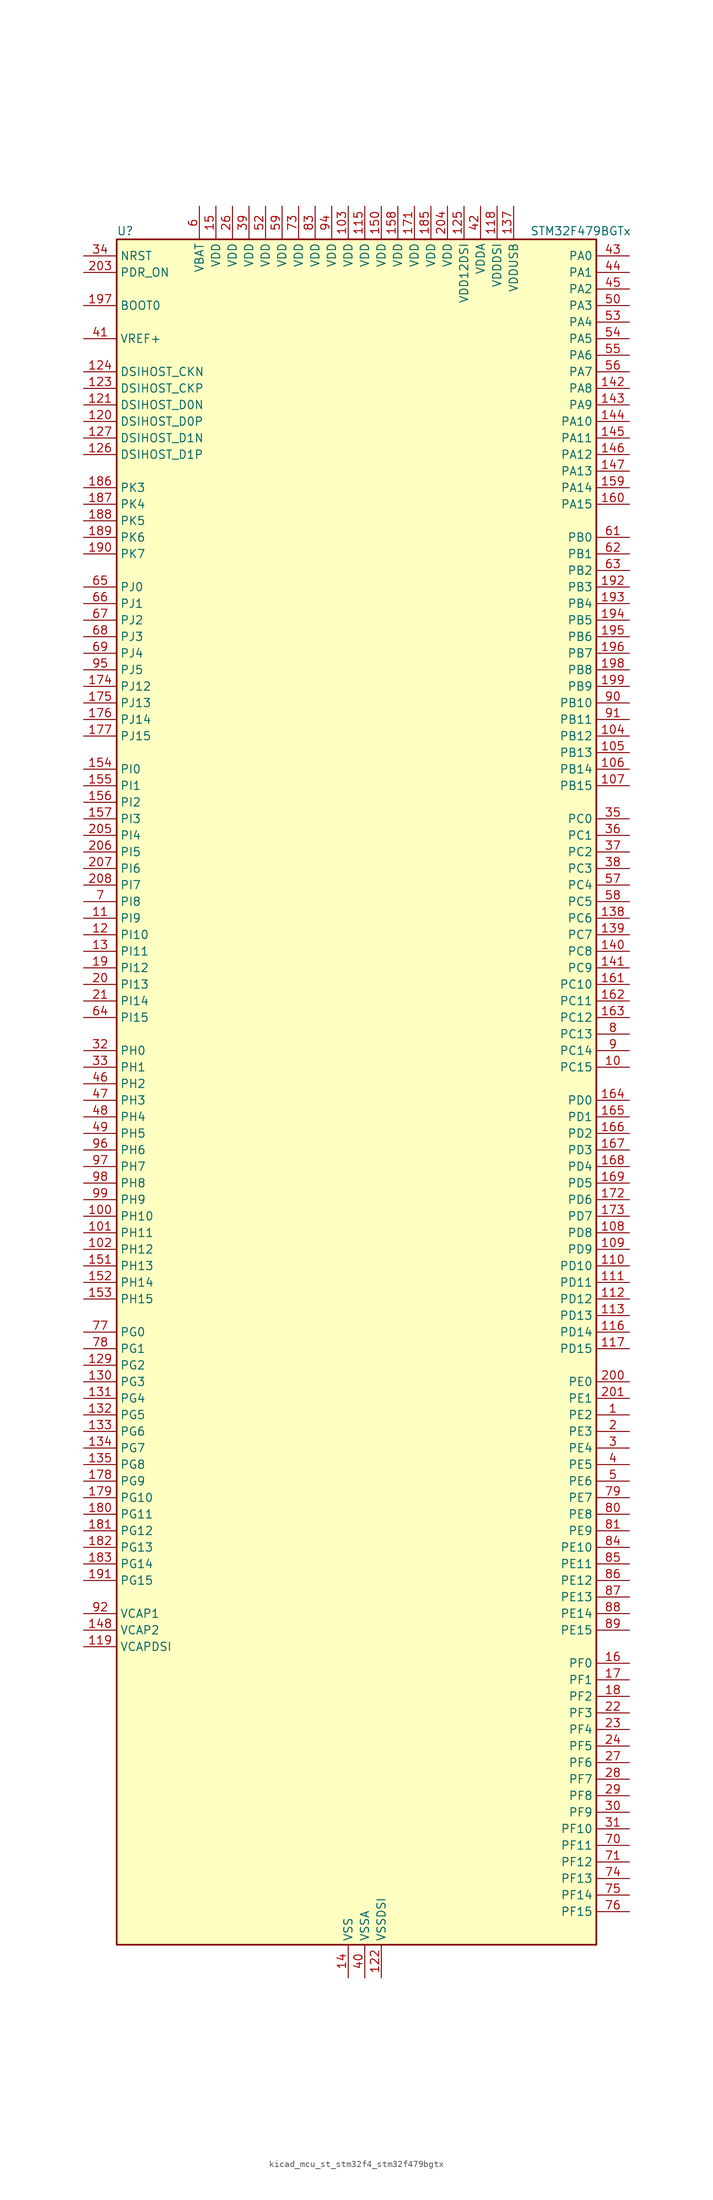
<source format=kicad_sym>
(kicad_symbol_lib
  (version 20220914)
  (generator kicad_symbol_editor)
  (symbol "kicad_mcu_st_stm32f4_stm32f479bgtx"
    (property "Reference" "U"
      (at -35.56 133.35 0)
      (effects (font (size 1.27 1.27)) (justify left)))
    (property "Value" "STM32F479BGTx"
      (at 27.94 133.35 0)
      (effects (font (size 1.27 1.27)) (justify left)))
    (property "ki_locked" ""
      (at 0 0 0)
      (effects (font (size 1.27 1.27))))
    (symbol "kicad_mcu_st_stm32f4_stm32f479bgtx_0_1"
      (rectangle (start -35.56 -129.54) (end 38.1 132.08) (stroke (width 0.254) (type default)) (fill (type background))))
    (symbol "kicad_mcu_st_stm32f4_stm32f479bgtx_1_1"
      (pin bidirectional line (at 43.18 -48.26 180) (length 5.08) (name "PE2" (effects (font (size 1.27 1.27)))) (number "1" (effects (font (size 1.27 1.27)))) (alternate "ETH_TXD3" bidirectional line) (alternate "FMC_A23" bidirectional line) (alternate "QUADSPI_BK1_IO2" bidirectional line) (alternate "SAI1_MCLK_A" bidirectional line) (alternate "SPI4_SCK" bidirectional line) (alternate "SYS_TRACECLK" bidirectional line))
      (pin bidirectional line (at 43.18 5.08 180) (length 5.08) (name "PC15" (effects (font (size 1.27 1.27)))) (number "10" (effects (font (size 1.27 1.27)))) (alternate "ADC1_EXTI15" bidirectional line) (alternate "ADC2_EXTI15" bidirectional line) (alternate "ADC3_EXTI15" bidirectional line) (alternate "RCC_OSC32_OUT" bidirectional line))
      (pin bidirectional line (at -40.64 -17.78 0) (length 5.08) (name "PH10" (effects (font (size 1.27 1.27)))) (number "100" (effects (font (size 1.27 1.27)))) (alternate "DCMI_D1" bidirectional line) (alternate "FMC_D18" bidirectional line) (alternate "LTDC_R4" bidirectional line) (alternate "TIM5_CH1" bidirectional line))
      (pin bidirectional line (at -40.64 -20.32 0) (length 5.08) (name "PH11" (effects (font (size 1.27 1.27)))) (number "101" (effects (font (size 1.27 1.27)))) (alternate "ADC1_EXTI11" bidirectional line) (alternate "ADC2_EXTI11" bidirectional line) (alternate "ADC3_EXTI11" bidirectional line) (alternate "DCMI_D2" bidirectional line) (alternate "FMC_D19" bidirectional line) (alternate "LTDC_R5" bidirectional line) (alternate "TIM5_CH2" bidirectional line))
      (pin bidirectional line (at -40.64 -22.86 0) (length 5.08) (name "PH12" (effects (font (size 1.27 1.27)))) (number "102" (effects (font (size 1.27 1.27)))) (alternate "DCMI_D3" bidirectional line) (alternate "FMC_D20" bidirectional line) (alternate "LTDC_R6" bidirectional line) (alternate "TIM5_CH3" bidirectional line))
      (pin power_in line (at 0 137.16 270) (length 5.08) (name "VDD" (effects (font (size 1.27 1.27)))) (number "103" (effects (font (size 1.27 1.27)))))
      (pin bidirectional line (at 43.18 55.88 180) (length 5.08) (name "PB12" (effects (font (size 1.27 1.27)))) (number "104" (effects (font (size 1.27 1.27)))) (alternate "CAN2_RX" bidirectional line) (alternate "ETH_TXD0" bidirectional line) (alternate "I2C2_SMBA" bidirectional line) (alternate "I2S2_WS" bidirectional line) (alternate "SPI2_NSS" bidirectional line) (alternate "TIM1_BKIN" bidirectional line) (alternate "USART3_CK" bidirectional line) (alternate "USB_OTG_HS_ID" bidirectional line) (alternate "USB_OTG_HS_ULPI_D5" bidirectional line))
      (pin bidirectional line (at 43.18 53.34 180) (length 5.08) (name "PB13" (effects (font (size 1.27 1.27)))) (number "105" (effects (font (size 1.27 1.27)))) (alternate "CAN2_TX" bidirectional line) (alternate "ETH_TXD1" bidirectional line) (alternate "I2S2_CK" bidirectional line) (alternate "SPI2_SCK" bidirectional line) (alternate "TIM1_CH1N" bidirectional line) (alternate "USART3_CTS" bidirectional line) (alternate "USB_OTG_HS_ULPI_D6" bidirectional line) (alternate "USB_OTG_HS_VBUS" bidirectional line))
      (pin bidirectional line (at 43.18 50.8 180) (length 5.08) (name "PB14" (effects (font (size 1.27 1.27)))) (number "106" (effects (font (size 1.27 1.27)))) (alternate "I2S2_ext_SD" bidirectional line) (alternate "SPI2_MISO" bidirectional line) (alternate "TIM12_CH1" bidirectional line) (alternate "TIM1_CH2N" bidirectional line) (alternate "TIM8_CH2N" bidirectional line) (alternate "USART3_RTS" bidirectional line) (alternate "USB_OTG_HS_DM" bidirectional line))
      (pin bidirectional line (at 43.18 48.26 180) (length 5.08) (name "PB15" (effects (font (size 1.27 1.27)))) (number "107" (effects (font (size 1.27 1.27)))) (alternate "ADC1_EXTI15" bidirectional line) (alternate "ADC2_EXTI15" bidirectional line) (alternate "ADC3_EXTI15" bidirectional line) (alternate "I2S2_SD" bidirectional line) (alternate "RTC_REFIN" bidirectional line) (alternate "SPI2_MOSI" bidirectional line) (alternate "TIM12_CH2" bidirectional line) (alternate "TIM1_CH3N" bidirectional line) (alternate "TIM8_CH3N" bidirectional line) (alternate "USB_OTG_HS_DP" bidirectional line))
      (pin bidirectional line (at 43.18 -20.32 180) (length 5.08) (name "PD8" (effects (font (size 1.27 1.27)))) (number "108" (effects (font (size 1.27 1.27)))) (alternate "FMC_D13" bidirectional line) (alternate "FMC_DA13" bidirectional line) (alternate "USART3_TX" bidirectional line))
      (pin bidirectional line (at 43.18 -22.86 180) (length 5.08) (name "PD9" (effects (font (size 1.27 1.27)))) (number "109" (effects (font (size 1.27 1.27)))) (alternate "DAC_EXTI9" bidirectional line) (alternate "FMC_D14" bidirectional line) (alternate "FMC_DA14" bidirectional line) (alternate "USART3_RX" bidirectional line))
      (pin bidirectional line (at -40.64 27.94 0) (length 5.08) (name "PI9" (effects (font (size 1.27 1.27)))) (number "11" (effects (font (size 1.27 1.27)))) (alternate "CAN1_RX" bidirectional line) (alternate "DAC_EXTI9" bidirectional line) (alternate "FMC_D30" bidirectional line) (alternate "LTDC_VSYNC" bidirectional line))
      (pin bidirectional line (at 43.18 -25.4 180) (length 5.08) (name "PD10" (effects (font (size 1.27 1.27)))) (number "110" (effects (font (size 1.27 1.27)))) (alternate "FMC_D15" bidirectional line) (alternate "FMC_DA15" bidirectional line) (alternate "LTDC_B3" bidirectional line) (alternate "USART3_CK" bidirectional line))
      (pin bidirectional line (at 43.18 -27.94 180) (length 5.08) (name "PD11" (effects (font (size 1.27 1.27)))) (number "111" (effects (font (size 1.27 1.27)))) (alternate "ADC1_EXTI11" bidirectional line) (alternate "ADC2_EXTI11" bidirectional line) (alternate "ADC3_EXTI11" bidirectional line) (alternate "FMC_A16" bidirectional line) (alternate "FMC_CLE" bidirectional line) (alternate "QUADSPI_BK1_IO0" bidirectional line) (alternate "USART3_CTS" bidirectional line))
      (pin bidirectional line (at 43.18 -30.48 180) (length 5.08) (name "PD12" (effects (font (size 1.27 1.27)))) (number "112" (effects (font (size 1.27 1.27)))) (alternate "FMC_A17" bidirectional line) (alternate "FMC_ALE" bidirectional line) (alternate "QUADSPI_BK1_IO1" bidirectional line) (alternate "TIM4_CH1" bidirectional line) (alternate "USART3_RTS" bidirectional line))
      (pin bidirectional line (at 43.18 -33.02 180) (length 5.08) (name "PD13" (effects (font (size 1.27 1.27)))) (number "113" (effects (font (size 1.27 1.27)))) (alternate "FMC_A18" bidirectional line) (alternate "QUADSPI_BK1_IO3" bidirectional line) (alternate "TIM4_CH2" bidirectional line))
      (pin passive line (at 0 -134.62 90) (length 5.08) hide (name "VSS" (effects (font (size 1.27 1.27)))) (number "114" (effects (font (size 1.27 1.27)))))
      (pin power_in line (at 2.54 137.16 270) (length 5.08) (name "VDD" (effects (font (size 1.27 1.27)))) (number "115" (effects (font (size 1.27 1.27)))))
      (pin bidirectional line (at 43.18 -35.56 180) (length 5.08) (name "PD14" (effects (font (size 1.27 1.27)))) (number "116" (effects (font (size 1.27 1.27)))) (alternate "FMC_D0" bidirectional line) (alternate "FMC_DA0" bidirectional line) (alternate "TIM4_CH3" bidirectional line))
      (pin bidirectional line (at 43.18 -38.1 180) (length 5.08) (name "PD15" (effects (font (size 1.27 1.27)))) (number "117" (effects (font (size 1.27 1.27)))) (alternate "ADC1_EXTI15" bidirectional line) (alternate "ADC2_EXTI15" bidirectional line) (alternate "ADC3_EXTI15" bidirectional line) (alternate "FMC_D1" bidirectional line) (alternate "FMC_DA1" bidirectional line) (alternate "TIM4_CH4" bidirectional line))
      (pin power_in line (at 22.86 137.16 270) (length 5.08) (name "VDDDSI" (effects (font (size 1.27 1.27)))) (number "118" (effects (font (size 1.27 1.27)))))
      (pin power_out line (at -40.64 -83.82 0) (length 5.08) (name "VCAPDSI" (effects (font (size 1.27 1.27)))) (number "119" (effects (font (size 1.27 1.27)))))
      (pin bidirectional line (at -40.64 25.4 0) (length 5.08) (name "PI10" (effects (font (size 1.27 1.27)))) (number "12" (effects (font (size 1.27 1.27)))) (alternate "ETH_RX_ER" bidirectional line) (alternate "FMC_D31" bidirectional line) (alternate "LTDC_HSYNC" bidirectional line))
      (pin bidirectional line (at -40.64 104.14 0) (length 5.08) (name "DSIHOST_D0P" (effects (font (size 1.27 1.27)))) (number "120" (effects (font (size 1.27 1.27)))) (alternate "DSIHOST_D0P" bidirectional line))
      (pin bidirectional line (at -40.64 106.68 0) (length 5.08) (name "DSIHOST_D0N" (effects (font (size 1.27 1.27)))) (number "121" (effects (font (size 1.27 1.27)))) (alternate "DSIHOST_D0N" bidirectional line))
      (pin power_in line (at 5.08 -134.62 90) (length 5.08) (name "VSSDSI" (effects (font (size 1.27 1.27)))) (number "122" (effects (font (size 1.27 1.27)))))
      (pin bidirectional line (at -40.64 109.22 0) (length 5.08) (name "DSIHOST_CKP" (effects (font (size 1.27 1.27)))) (number "123" (effects (font (size 1.27 1.27)))) (alternate "DSIHOST_CKP" bidirectional line))
      (pin bidirectional line (at -40.64 111.76 0) (length 5.08) (name "DSIHOST_CKN" (effects (font (size 1.27 1.27)))) (number "124" (effects (font (size 1.27 1.27)))) (alternate "DSIHOST_CKN" bidirectional line))
      (pin power_in line (at 17.78 137.16 270) (length 5.08) (name "VDD12DSI" (effects (font (size 1.27 1.27)))) (number "125" (effects (font (size 1.27 1.27)))))
      (pin bidirectional line (at -40.64 99.06 0) (length 5.08) (name "DSIHOST_D1P" (effects (font (size 1.27 1.27)))) (number "126" (effects (font (size 1.27 1.27)))) (alternate "DSIHOST_D1P" bidirectional line))
      (pin bidirectional line (at -40.64 101.6 0) (length 5.08) (name "DSIHOST_D1N" (effects (font (size 1.27 1.27)))) (number "127" (effects (font (size 1.27 1.27)))) (alternate "DSIHOST_D1N" bidirectional line))
      (pin passive line (at 5.08 -134.62 90) (length 5.08) hide (name "VSSDSI" (effects (font (size 1.27 1.27)))) (number "128" (effects (font (size 1.27 1.27)))))
      (pin bidirectional line (at -40.64 -40.64 0) (length 5.08) (name "PG2" (effects (font (size 1.27 1.27)))) (number "129" (effects (font (size 1.27 1.27)))) (alternate "FMC_A12" bidirectional line))
      (pin bidirectional line (at -40.64 22.86 0) (length 5.08) (name "PI11" (effects (font (size 1.27 1.27)))) (number "13" (effects (font (size 1.27 1.27)))) (alternate "ADC1_EXTI11" bidirectional line) (alternate "ADC2_EXTI11" bidirectional line) (alternate "ADC3_EXTI11" bidirectional line) (alternate "LTDC_G6" bidirectional line) (alternate "USB_OTG_HS_ULPI_DIR" bidirectional line))
      (pin bidirectional line (at -40.64 -43.18 0) (length 5.08) (name "PG3" (effects (font (size 1.27 1.27)))) (number "130" (effects (font (size 1.27 1.27)))) (alternate "FMC_A13" bidirectional line))
      (pin bidirectional line (at -40.64 -45.72 0) (length 5.08) (name "PG4" (effects (font (size 1.27 1.27)))) (number "131" (effects (font (size 1.27 1.27)))) (alternate "FMC_A14" bidirectional line) (alternate "FMC_BA0" bidirectional line))
      (pin bidirectional line (at -40.64 -48.26 0) (length 5.08) (name "PG5" (effects (font (size 1.27 1.27)))) (number "132" (effects (font (size 1.27 1.27)))) (alternate "FMC_A15" bidirectional line) (alternate "FMC_BA1" bidirectional line))
      (pin bidirectional line (at -40.64 -50.8 0) (length 5.08) (name "PG6" (effects (font (size 1.27 1.27)))) (number "133" (effects (font (size 1.27 1.27)))) (alternate "DCMI_D12" bidirectional line) (alternate "LTDC_R7" bidirectional line))
      (pin bidirectional line (at -40.64 -53.34 0) (length 5.08) (name "PG7" (effects (font (size 1.27 1.27)))) (number "134" (effects (font (size 1.27 1.27)))) (alternate "DCMI_D13" bidirectional line) (alternate "FMC_INT" bidirectional line) (alternate "LTDC_CLK" bidirectional line) (alternate "SAI1_MCLK_A" bidirectional line) (alternate "USART6_CK" bidirectional line))
      (pin bidirectional line (at -40.64 -55.88 0) (length 5.08) (name "PG8" (effects (font (size 1.27 1.27)))) (number "135" (effects (font (size 1.27 1.27)))) (alternate "ETH_PPS_OUT" bidirectional line) (alternate "FMC_SDCLK" bidirectional line) (alternate "LTDC_G7" bidirectional line) (alternate "SPI6_NSS" bidirectional line) (alternate "USART6_RTS" bidirectional line))
      (pin passive line (at 0 -134.62 90) (length 5.08) hide (name "VSS" (effects (font (size 1.27 1.27)))) (number "136" (effects (font (size 1.27 1.27)))))
      (pin power_in line (at 25.4 137.16 270) (length 5.08) (name "VDDUSB" (effects (font (size 1.27 1.27)))) (number "137" (effects (font (size 1.27 1.27)))))
      (pin bidirectional line (at 43.18 27.94 180) (length 5.08) (name "PC6" (effects (font (size 1.27 1.27)))) (number "138" (effects (font (size 1.27 1.27)))) (alternate "DCMI_D0" bidirectional line) (alternate "I2S2_MCK" bidirectional line) (alternate "LTDC_HSYNC" bidirectional line) (alternate "SDIO_D6" bidirectional line) (alternate "TIM3_CH1" bidirectional line) (alternate "TIM8_CH1" bidirectional line) (alternate "USART6_TX" bidirectional line))
      (pin bidirectional line (at 43.18 25.4 180) (length 5.08) (name "PC7" (effects (font (size 1.27 1.27)))) (number "139" (effects (font (size 1.27 1.27)))) (alternate "DCMI_D1" bidirectional line) (alternate "I2S3_MCK" bidirectional line) (alternate "LTDC_G6" bidirectional line) (alternate "SDIO_D7" bidirectional line) (alternate "TIM3_CH2" bidirectional line) (alternate "TIM8_CH2" bidirectional line) (alternate "USART6_RX" bidirectional line))
      (pin power_in line (at 0 -134.62 90) (length 5.08) (name "VSS" (effects (font (size 1.27 1.27)))) (number "14" (effects (font (size 1.27 1.27)))))
      (pin bidirectional line (at 43.18 22.86 180) (length 5.08) (name "PC8" (effects (font (size 1.27 1.27)))) (number "140" (effects (font (size 1.27 1.27)))) (alternate "DCMI_D2" bidirectional line) (alternate "SDIO_D0" bidirectional line) (alternate "SYS_TRACED1" bidirectional line) (alternate "TIM3_CH3" bidirectional line) (alternate "TIM8_CH3" bidirectional line) (alternate "USART6_CK" bidirectional line))
      (pin bidirectional line (at 43.18 20.32 180) (length 5.08) (name "PC9" (effects (font (size 1.27 1.27)))) (number "141" (effects (font (size 1.27 1.27)))) (alternate "DAC_EXTI9" bidirectional line) (alternate "DCMI_D3" bidirectional line) (alternate "I2C3_SDA" bidirectional line) (alternate "I2S_CKIN" bidirectional line) (alternate "QUADSPI_BK1_IO0" bidirectional line) (alternate "RCC_MCO_2" bidirectional line) (alternate "SDIO_D1" bidirectional line) (alternate "TIM3_CH4" bidirectional line) (alternate "TIM8_CH4" bidirectional line))
      (pin bidirectional line (at 43.18 109.22 180) (length 5.08) (name "PA8" (effects (font (size 1.27 1.27)))) (number "142" (effects (font (size 1.27 1.27)))) (alternate "I2C3_SCL" bidirectional line) (alternate "LTDC_R6" bidirectional line) (alternate "RCC_MCO_1" bidirectional line) (alternate "TIM1_CH1" bidirectional line) (alternate "USART1_CK" bidirectional line) (alternate "USB_OTG_FS_SOF" bidirectional line))
      (pin bidirectional line (at 43.18 106.68 180) (length 5.08) (name "PA9" (effects (font (size 1.27 1.27)))) (number "143" (effects (font (size 1.27 1.27)))) (alternate "DAC_EXTI9" bidirectional line) (alternate "DCMI_D0" bidirectional line) (alternate "I2C3_SMBA" bidirectional line) (alternate "I2S2_CK" bidirectional line) (alternate "SPI2_SCK" bidirectional line) (alternate "TIM1_CH2" bidirectional line) (alternate "USART1_TX" bidirectional line) (alternate "USB_OTG_FS_VBUS" bidirectional line))
      (pin bidirectional line (at 43.18 104.14 180) (length 5.08) (name "PA10" (effects (font (size 1.27 1.27)))) (number "144" (effects (font (size 1.27 1.27)))) (alternate "DCMI_D1" bidirectional line) (alternate "TIM1_CH3" bidirectional line) (alternate "USART1_RX" bidirectional line) (alternate "USB_OTG_FS_ID" bidirectional line))
      (pin bidirectional line (at 43.18 101.6 180) (length 5.08) (name "PA11" (effects (font (size 1.27 1.27)))) (number "145" (effects (font (size 1.27 1.27)))) (alternate "ADC1_EXTI11" bidirectional line) (alternate "ADC2_EXTI11" bidirectional line) (alternate "ADC3_EXTI11" bidirectional line) (alternate "CAN1_RX" bidirectional line) (alternate "LTDC_R4" bidirectional line) (alternate "TIM1_CH4" bidirectional line) (alternate "USART1_CTS" bidirectional line) (alternate "USB_OTG_FS_DM" bidirectional line))
      (pin bidirectional line (at 43.18 99.06 180) (length 5.08) (name "PA12" (effects (font (size 1.27 1.27)))) (number "146" (effects (font (size 1.27 1.27)))) (alternate "CAN1_TX" bidirectional line) (alternate "LTDC_R5" bidirectional line) (alternate "TIM1_ETR" bidirectional line) (alternate "USART1_RTS" bidirectional line) (alternate "USB_OTG_FS_DP" bidirectional line))
      (pin bidirectional line (at 43.18 96.52 180) (length 5.08) (name "PA13" (effects (font (size 1.27 1.27)))) (number "147" (effects (font (size 1.27 1.27)))) (alternate "SYS_JTMS-SWDIO" bidirectional line))
      (pin power_out line (at -40.64 -81.28 0) (length 5.08) (name "VCAP2" (effects (font (size 1.27 1.27)))) (number "148" (effects (font (size 1.27 1.27)))))
      (pin passive line (at 0 -134.62 90) (length 5.08) hide (name "VSS" (effects (font (size 1.27 1.27)))) (number "149" (effects (font (size 1.27 1.27)))))
      (pin power_in line (at -20.32 137.16 270) (length 5.08) (name "VDD" (effects (font (size 1.27 1.27)))) (number "15" (effects (font (size 1.27 1.27)))))
      (pin power_in line (at 5.08 137.16 270) (length 5.08) (name "VDD" (effects (font (size 1.27 1.27)))) (number "150" (effects (font (size 1.27 1.27)))))
      (pin bidirectional line (at -40.64 -25.4 0) (length 5.08) (name "PH13" (effects (font (size 1.27 1.27)))) (number "151" (effects (font (size 1.27 1.27)))) (alternate "CAN1_TX" bidirectional line) (alternate "FMC_D21" bidirectional line) (alternate "LTDC_G2" bidirectional line) (alternate "TIM8_CH1N" bidirectional line))
      (pin bidirectional line (at -40.64 -27.94 0) (length 5.08) (name "PH14" (effects (font (size 1.27 1.27)))) (number "152" (effects (font (size 1.27 1.27)))) (alternate "DCMI_D4" bidirectional line) (alternate "FMC_D22" bidirectional line) (alternate "LTDC_G3" bidirectional line) (alternate "TIM8_CH2N" bidirectional line))
      (pin bidirectional line (at -40.64 -30.48 0) (length 5.08) (name "PH15" (effects (font (size 1.27 1.27)))) (number "153" (effects (font (size 1.27 1.27)))) (alternate "ADC1_EXTI15" bidirectional line) (alternate "ADC2_EXTI15" bidirectional line) (alternate "ADC3_EXTI15" bidirectional line) (alternate "DCMI_D11" bidirectional line) (alternate "FMC_D23" bidirectional line) (alternate "LTDC_G4" bidirectional line) (alternate "TIM8_CH3N" bidirectional line))
      (pin bidirectional line (at -40.64 50.8 0) (length 5.08) (name "PI0" (effects (font (size 1.27 1.27)))) (number "154" (effects (font (size 1.27 1.27)))) (alternate "DCMI_D13" bidirectional line) (alternate "FMC_D24" bidirectional line) (alternate "I2S2_WS" bidirectional line) (alternate "LTDC_G5" bidirectional line) (alternate "SPI2_NSS" bidirectional line) (alternate "TIM5_CH4" bidirectional line))
      (pin bidirectional line (at -40.64 48.26 0) (length 5.08) (name "PI1" (effects (font (size 1.27 1.27)))) (number "155" (effects (font (size 1.27 1.27)))) (alternate "DCMI_D8" bidirectional line) (alternate "FMC_D25" bidirectional line) (alternate "I2S2_CK" bidirectional line) (alternate "LTDC_G6" bidirectional line) (alternate "SPI2_SCK" bidirectional line))
      (pin bidirectional line (at -40.64 45.72 0) (length 5.08) (name "PI2" (effects (font (size 1.27 1.27)))) (number "156" (effects (font (size 1.27 1.27)))) (alternate "DCMI_D9" bidirectional line) (alternate "FMC_D26" bidirectional line) (alternate "I2S2_ext_SD" bidirectional line) (alternate "LTDC_G7" bidirectional line) (alternate "SPI2_MISO" bidirectional line) (alternate "TIM8_CH4" bidirectional line))
      (pin bidirectional line (at -40.64 43.18 0) (length 5.08) (name "PI3" (effects (font (size 1.27 1.27)))) (number "157" (effects (font (size 1.27 1.27)))) (alternate "DCMI_D10" bidirectional line) (alternate "FMC_D27" bidirectional line) (alternate "I2S2_SD" bidirectional line) (alternate "SPI2_MOSI" bidirectional line) (alternate "TIM8_ETR" bidirectional line))
      (pin power_in line (at 7.62 137.16 270) (length 5.08) (name "VDD" (effects (font (size 1.27 1.27)))) (number "158" (effects (font (size 1.27 1.27)))))
      (pin bidirectional line (at 43.18 93.98 180) (length 5.08) (name "PA14" (effects (font (size 1.27 1.27)))) (number "159" (effects (font (size 1.27 1.27)))) (alternate "SYS_JTCK-SWCLK" bidirectional line))
      (pin bidirectional line (at 43.18 -86.36 180) (length 5.08) (name "PF0" (effects (font (size 1.27 1.27)))) (number "16" (effects (font (size 1.27 1.27)))) (alternate "FMC_A0" bidirectional line) (alternate "I2C2_SDA" bidirectional line))
      (pin bidirectional line (at 43.18 91.44 180) (length 5.08) (name "PA15" (effects (font (size 1.27 1.27)))) (number "160" (effects (font (size 1.27 1.27)))) (alternate "ADC1_EXTI15" bidirectional line) (alternate "ADC2_EXTI15" bidirectional line) (alternate "ADC3_EXTI15" bidirectional line) (alternate "I2S3_WS" bidirectional line) (alternate "SPI1_NSS" bidirectional line) (alternate "SPI3_NSS" bidirectional line) (alternate "SYS_JTDI" bidirectional line) (alternate "TIM2_CH1" bidirectional line) (alternate "TIM2_ETR" bidirectional line))
      (pin bidirectional line (at 43.18 17.78 180) (length 5.08) (name "PC10" (effects (font (size 1.27 1.27)))) (number "161" (effects (font (size 1.27 1.27)))) (alternate "DCMI_D8" bidirectional line) (alternate "I2S3_CK" bidirectional line) (alternate "LTDC_R2" bidirectional line) (alternate "QUADSPI_BK1_IO1" bidirectional line) (alternate "SDIO_D2" bidirectional line) (alternate "SPI3_SCK" bidirectional line) (alternate "UART4_TX" bidirectional line) (alternate "USART3_TX" bidirectional line))
      (pin bidirectional line (at 43.18 15.24 180) (length 5.08) (name "PC11" (effects (font (size 1.27 1.27)))) (number "162" (effects (font (size 1.27 1.27)))) (alternate "ADC1_EXTI11" bidirectional line) (alternate "ADC2_EXTI11" bidirectional line) (alternate "ADC3_EXTI11" bidirectional line) (alternate "DCMI_D4" bidirectional line) (alternate "I2S3_ext_SD" bidirectional line) (alternate "QUADSPI_BK2_NCS" bidirectional line) (alternate "SDIO_D3" bidirectional line) (alternate "SPI3_MISO" bidirectional line) (alternate "UART4_RX" bidirectional line) (alternate "USART3_RX" bidirectional line))
      (pin bidirectional line (at 43.18 12.7 180) (length 5.08) (name "PC12" (effects (font (size 1.27 1.27)))) (number "163" (effects (font (size 1.27 1.27)))) (alternate "DCMI_D9" bidirectional line) (alternate "I2S3_SD" bidirectional line) (alternate "SDIO_CK" bidirectional line) (alternate "SPI3_MOSI" bidirectional line) (alternate "SYS_TRACED3" bidirectional line) (alternate "UART5_TX" bidirectional line) (alternate "USART3_CK" bidirectional line))
      (pin bidirectional line (at 43.18 0 180) (length 5.08) (name "PD0" (effects (font (size 1.27 1.27)))) (number "164" (effects (font (size 1.27 1.27)))) (alternate "CAN1_RX" bidirectional line) (alternate "FMC_D2" bidirectional line) (alternate "FMC_DA2" bidirectional line))
      (pin bidirectional line (at 43.18 -2.54 180) (length 5.08) (name "PD1" (effects (font (size 1.27 1.27)))) (number "165" (effects (font (size 1.27 1.27)))) (alternate "CAN1_TX" bidirectional line) (alternate "FMC_D3" bidirectional line) (alternate "FMC_DA3" bidirectional line))
      (pin bidirectional line (at 43.18 -5.08 180) (length 5.08) (name "PD2" (effects (font (size 1.27 1.27)))) (number "166" (effects (font (size 1.27 1.27)))) (alternate "DCMI_D11" bidirectional line) (alternate "SDIO_CMD" bidirectional line) (alternate "SYS_TRACED2" bidirectional line) (alternate "TIM3_ETR" bidirectional line) (alternate "UART5_RX" bidirectional line))
      (pin bidirectional line (at 43.18 -7.62 180) (length 5.08) (name "PD3" (effects (font (size 1.27 1.27)))) (number "167" (effects (font (size 1.27 1.27)))) (alternate "DCMI_D5" bidirectional line) (alternate "FMC_CLK" bidirectional line) (alternate "I2S2_CK" bidirectional line) (alternate "LTDC_G7" bidirectional line) (alternate "SPI2_SCK" bidirectional line) (alternate "USART2_CTS" bidirectional line))
      (pin bidirectional line (at 43.18 -10.16 180) (length 5.08) (name "PD4" (effects (font (size 1.27 1.27)))) (number "168" (effects (font (size 1.27 1.27)))) (alternate "FMC_NOE" bidirectional line) (alternate "USART2_RTS" bidirectional line))
      (pin bidirectional line (at 43.18 -12.7 180) (length 5.08) (name "PD5" (effects (font (size 1.27 1.27)))) (number "169" (effects (font (size 1.27 1.27)))) (alternate "FMC_NWE" bidirectional line) (alternate "USART2_TX" bidirectional line))
      (pin bidirectional line (at 43.18 -88.9 180) (length 5.08) (name "PF1" (effects (font (size 1.27 1.27)))) (number "17" (effects (font (size 1.27 1.27)))) (alternate "FMC_A1" bidirectional line) (alternate "I2C2_SCL" bidirectional line))
      (pin passive line (at 0 -134.62 90) (length 5.08) hide (name "VSS" (effects (font (size 1.27 1.27)))) (number "170" (effects (font (size 1.27 1.27)))))
      (pin power_in line (at 10.16 137.16 270) (length 5.08) (name "VDD" (effects (font (size 1.27 1.27)))) (number "171" (effects (font (size 1.27 1.27)))))
      (pin bidirectional line (at 43.18 -15.24 180) (length 5.08) (name "PD6" (effects (font (size 1.27 1.27)))) (number "172" (effects (font (size 1.27 1.27)))) (alternate "DCMI_D10" bidirectional line) (alternate "FMC_NWAIT" bidirectional line) (alternate "I2S3_SD" bidirectional line) (alternate "LTDC_B2" bidirectional line) (alternate "SAI1_SD_A" bidirectional line) (alternate "SPI3_MOSI" bidirectional line) (alternate "USART2_RX" bidirectional line))
      (pin bidirectional line (at 43.18 -17.78 180) (length 5.08) (name "PD7" (effects (font (size 1.27 1.27)))) (number "173" (effects (font (size 1.27 1.27)))) (alternate "FMC_NE1" bidirectional line) (alternate "USART2_CK" bidirectional line))
      (pin bidirectional line (at -40.64 63.5 0) (length 5.08) (name "PJ12" (effects (font (size 1.27 1.27)))) (number "174" (effects (font (size 1.27 1.27)))) (alternate "LTDC_B0" bidirectional line) (alternate "LTDC_G3" bidirectional line))
      (pin bidirectional line (at -40.64 60.96 0) (length 5.08) (name "PJ13" (effects (font (size 1.27 1.27)))) (number "175" (effects (font (size 1.27 1.27)))) (alternate "LTDC_B1" bidirectional line) (alternate "LTDC_G4" bidirectional line))
      (pin bidirectional line (at -40.64 58.42 0) (length 5.08) (name "PJ14" (effects (font (size 1.27 1.27)))) (number "176" (effects (font (size 1.27 1.27)))) (alternate "LTDC_B2" bidirectional line))
      (pin bidirectional line (at -40.64 55.88 0) (length 5.08) (name "PJ15" (effects (font (size 1.27 1.27)))) (number "177" (effects (font (size 1.27 1.27)))) (alternate "ADC1_EXTI15" bidirectional line) (alternate "ADC2_EXTI15" bidirectional line) (alternate "ADC3_EXTI15" bidirectional line) (alternate "LTDC_B3" bidirectional line))
      (pin bidirectional line (at -40.64 -58.42 0) (length 5.08) (name "PG9" (effects (font (size 1.27 1.27)))) (number "178" (effects (font (size 1.27 1.27)))) (alternate "DAC_EXTI9" bidirectional line) (alternate "DCMI_VSYNC" bidirectional line) (alternate "FMC_NCE" bidirectional line) (alternate "FMC_NE2" bidirectional line) (alternate "QUADSPI_BK2_IO2" bidirectional line) (alternate "USART6_RX" bidirectional line))
      (pin bidirectional line (at -40.64 -60.96 0) (length 5.08) (name "PG10" (effects (font (size 1.27 1.27)))) (number "179" (effects (font (size 1.27 1.27)))) (alternate "DCMI_D2" bidirectional line) (alternate "FMC_NE3" bidirectional line) (alternate "LTDC_B2" bidirectional line) (alternate "LTDC_G3" bidirectional line))
      (pin bidirectional line (at 43.18 -91.44 180) (length 5.08) (name "PF2" (effects (font (size 1.27 1.27)))) (number "18" (effects (font (size 1.27 1.27)))) (alternate "FMC_A2" bidirectional line) (alternate "I2C2_SMBA" bidirectional line))
      (pin bidirectional line (at -40.64 -63.5 0) (length 5.08) (name "PG11" (effects (font (size 1.27 1.27)))) (number "180" (effects (font (size 1.27 1.27)))) (alternate "ADC1_EXTI11" bidirectional line) (alternate "ADC2_EXTI11" bidirectional line) (alternate "ADC3_EXTI11" bidirectional line) (alternate "DCMI_D3" bidirectional line) (alternate "ETH_TX_EN" bidirectional line) (alternate "LTDC_B3" bidirectional line))
      (pin bidirectional line (at -40.64 -66.04 0) (length 5.08) (name "PG12" (effects (font (size 1.27 1.27)))) (number "181" (effects (font (size 1.27 1.27)))) (alternate "FMC_NE4" bidirectional line) (alternate "LTDC_B1" bidirectional line) (alternate "LTDC_B4" bidirectional line) (alternate "SPI6_MISO" bidirectional line) (alternate "USART6_RTS" bidirectional line))
      (pin bidirectional line (at -40.64 -68.58 0) (length 5.08) (name "PG13" (effects (font (size 1.27 1.27)))) (number "182" (effects (font (size 1.27 1.27)))) (alternate "ETH_TXD0" bidirectional line) (alternate "FMC_A24" bidirectional line) (alternate "LTDC_R0" bidirectional line) (alternate "SPI6_SCK" bidirectional line) (alternate "SYS_TRACED0" bidirectional line) (alternate "USART6_CTS" bidirectional line))
      (pin bidirectional line (at -40.64 -71.12 0) (length 5.08) (name "PG14" (effects (font (size 1.27 1.27)))) (number "183" (effects (font (size 1.27 1.27)))) (alternate "ETH_TXD1" bidirectional line) (alternate "FMC_A25" bidirectional line) (alternate "LTDC_B0" bidirectional line) (alternate "QUADSPI_BK2_IO3" bidirectional line) (alternate "SPI6_MOSI" bidirectional line) (alternate "SYS_TRACED1" bidirectional line) (alternate "USART6_TX" bidirectional line))
      (pin passive line (at 0 -134.62 90) (length 5.08) hide (name "VSS" (effects (font (size 1.27 1.27)))) (number "184" (effects (font (size 1.27 1.27)))))
      (pin power_in line (at 12.7 137.16 270) (length 5.08) (name "VDD" (effects (font (size 1.27 1.27)))) (number "185" (effects (font (size 1.27 1.27)))))
      (pin bidirectional line (at -40.64 93.98 0) (length 5.08) (name "PK3" (effects (font (size 1.27 1.27)))) (number "186" (effects (font (size 1.27 1.27)))) (alternate "LTDC_B4" bidirectional line))
      (pin bidirectional line (at -40.64 91.44 0) (length 5.08) (name "PK4" (effects (font (size 1.27 1.27)))) (number "187" (effects (font (size 1.27 1.27)))) (alternate "LTDC_B5" bidirectional line))
      (pin bidirectional line (at -40.64 88.9 0) (length 5.08) (name "PK5" (effects (font (size 1.27 1.27)))) (number "188" (effects (font (size 1.27 1.27)))) (alternate "LTDC_B6" bidirectional line))
      (pin bidirectional line (at -40.64 86.36 0) (length 5.08) (name "PK6" (effects (font (size 1.27 1.27)))) (number "189" (effects (font (size 1.27 1.27)))) (alternate "LTDC_B7" bidirectional line))
      (pin bidirectional line (at -40.64 20.32 0) (length 5.08) (name "PI12" (effects (font (size 1.27 1.27)))) (number "19" (effects (font (size 1.27 1.27)))) (alternate "LTDC_HSYNC" bidirectional line))
      (pin bidirectional line (at -40.64 83.82 0) (length 5.08) (name "PK7" (effects (font (size 1.27 1.27)))) (number "190" (effects (font (size 1.27 1.27)))) (alternate "LTDC_DE" bidirectional line))
      (pin bidirectional line (at -40.64 -73.66 0) (length 5.08) (name "PG15" (effects (font (size 1.27 1.27)))) (number "191" (effects (font (size 1.27 1.27)))) (alternate "ADC1_EXTI15" bidirectional line) (alternate "ADC2_EXTI15" bidirectional line) (alternate "ADC3_EXTI15" bidirectional line) (alternate "DCMI_D13" bidirectional line) (alternate "FMC_SDNCAS" bidirectional line) (alternate "USART6_CTS" bidirectional line))
      (pin bidirectional line (at 43.18 78.74 180) (length 5.08) (name "PB3" (effects (font (size 1.27 1.27)))) (number "192" (effects (font (size 1.27 1.27)))) (alternate "I2S3_CK" bidirectional line) (alternate "SPI1_SCK" bidirectional line) (alternate "SPI3_SCK" bidirectional line) (alternate "SYS_JTDO-SWO" bidirectional line) (alternate "TIM2_CH2" bidirectional line))
      (pin bidirectional line (at 43.18 76.2 180) (length 5.08) (name "PB4" (effects (font (size 1.27 1.27)))) (number "193" (effects (font (size 1.27 1.27)))) (alternate "I2S3_ext_SD" bidirectional line) (alternate "SPI1_MISO" bidirectional line) (alternate "SPI3_MISO" bidirectional line) (alternate "SYS_JTRST" bidirectional line) (alternate "TIM3_CH1" bidirectional line))
      (pin bidirectional line (at 43.18 73.66 180) (length 5.08) (name "PB5" (effects (font (size 1.27 1.27)))) (number "194" (effects (font (size 1.27 1.27)))) (alternate "CAN2_RX" bidirectional line) (alternate "DCMI_D10" bidirectional line) (alternate "ETH_PPS_OUT" bidirectional line) (alternate "FMC_SDCKE1" bidirectional line) (alternate "I2C1_SMBA" bidirectional line) (alternate "I2S3_SD" bidirectional line) (alternate "LTDC_G7" bidirectional line) (alternate "SPI1_MOSI" bidirectional line) (alternate "SPI3_MOSI" bidirectional line) (alternate "TIM3_CH2" bidirectional line) (alternate "USB_OTG_HS_ULPI_D7" bidirectional line))
      (pin bidirectional line (at 43.18 71.12 180) (length 5.08) (name "PB6" (effects (font (size 1.27 1.27)))) (number "195" (effects (font (size 1.27 1.27)))) (alternate "CAN2_TX" bidirectional line) (alternate "DCMI_D5" bidirectional line) (alternate "FMC_SDNE1" bidirectional line) (alternate "I2C1_SCL" bidirectional line) (alternate "QUADSPI_BK1_NCS" bidirectional line) (alternate "TIM4_CH1" bidirectional line) (alternate "USART1_TX" bidirectional line))
      (pin bidirectional line (at 43.18 68.58 180) (length 5.08) (name "PB7" (effects (font (size 1.27 1.27)))) (number "196" (effects (font (size 1.27 1.27)))) (alternate "DCMI_VSYNC" bidirectional line) (alternate "FMC_NL" bidirectional line) (alternate "I2C1_SDA" bidirectional line) (alternate "TIM4_CH2" bidirectional line) (alternate "USART1_RX" bidirectional line))
      (pin input line (at -40.64 121.92 0) (length 5.08) (name "BOOT0" (effects (font (size 1.27 1.27)))) (number "197" (effects (font (size 1.27 1.27)))))
      (pin bidirectional line (at 43.18 66.04 180) (length 5.08) (name "PB8" (effects (font (size 1.27 1.27)))) (number "198" (effects (font (size 1.27 1.27)))) (alternate "CAN1_RX" bidirectional line) (alternate "DCMI_D6" bidirectional line) (alternate "ETH_TXD3" bidirectional line) (alternate "I2C1_SCL" bidirectional line) (alternate "LTDC_B6" bidirectional line) (alternate "SDIO_D4" bidirectional line) (alternate "TIM10_CH1" bidirectional line) (alternate "TIM4_CH3" bidirectional line))
      (pin bidirectional line (at 43.18 63.5 180) (length 5.08) (name "PB9" (effects (font (size 1.27 1.27)))) (number "199" (effects (font (size 1.27 1.27)))) (alternate "CAN1_TX" bidirectional line) (alternate "DAC_EXTI9" bidirectional line) (alternate "DCMI_D7" bidirectional line) (alternate "I2C1_SDA" bidirectional line) (alternate "I2S2_WS" bidirectional line) (alternate "LTDC_B7" bidirectional line) (alternate "SDIO_D5" bidirectional line) (alternate "SPI2_NSS" bidirectional line) (alternate "TIM11_CH1" bidirectional line) (alternate "TIM4_CH4" bidirectional line))
      (pin bidirectional line (at 43.18 -50.8 180) (length 5.08) (name "PE3" (effects (font (size 1.27 1.27)))) (number "2" (effects (font (size 1.27 1.27)))) (alternate "FMC_A19" bidirectional line) (alternate "SAI1_SD_B" bidirectional line) (alternate "SYS_TRACED0" bidirectional line))
      (pin bidirectional line (at -40.64 17.78 0) (length 5.08) (name "PI13" (effects (font (size 1.27 1.27)))) (number "20" (effects (font (size 1.27 1.27)))) (alternate "LTDC_VSYNC" bidirectional line))
      (pin bidirectional line (at 43.18 -43.18 180) (length 5.08) (name "PE0" (effects (font (size 1.27 1.27)))) (number "200" (effects (font (size 1.27 1.27)))) (alternate "DCMI_D2" bidirectional line) (alternate "FMC_NBL0" bidirectional line) (alternate "TIM4_ETR" bidirectional line) (alternate "UART8_RX" bidirectional line))
      (pin bidirectional line (at 43.18 -45.72 180) (length 5.08) (name "PE1" (effects (font (size 1.27 1.27)))) (number "201" (effects (font (size 1.27 1.27)))) (alternate "DCMI_D3" bidirectional line) (alternate "FMC_NBL1" bidirectional line) (alternate "UART8_TX" bidirectional line))
      (pin passive line (at 0 -134.62 90) (length 5.08) hide (name "VSS" (effects (font (size 1.27 1.27)))) (number "202" (effects (font (size 1.27 1.27)))))
      (pin input line (at -40.64 127 0) (length 5.08) (name "PDR_ON" (effects (font (size 1.27 1.27)))) (number "203" (effects (font (size 1.27 1.27)))))
      (pin power_in line (at 15.24 137.16 270) (length 5.08) (name "VDD" (effects (font (size 1.27 1.27)))) (number "204" (effects (font (size 1.27 1.27)))))
      (pin bidirectional line (at -40.64 40.64 0) (length 5.08) (name "PI4" (effects (font (size 1.27 1.27)))) (number "205" (effects (font (size 1.27 1.27)))) (alternate "DCMI_D5" bidirectional line) (alternate "FMC_NBL2" bidirectional line) (alternate "LTDC_B4" bidirectional line) (alternate "TIM8_BKIN" bidirectional line))
      (pin bidirectional line (at -40.64 38.1 0) (length 5.08) (name "PI5" (effects (font (size 1.27 1.27)))) (number "206" (effects (font (size 1.27 1.27)))) (alternate "DCMI_VSYNC" bidirectional line) (alternate "FMC_NBL3" bidirectional line) (alternate "LTDC_B5" bidirectional line) (alternate "TIM8_CH1" bidirectional line))
      (pin bidirectional line (at -40.64 35.56 0) (length 5.08) (name "PI6" (effects (font (size 1.27 1.27)))) (number "207" (effects (font (size 1.27 1.27)))) (alternate "DCMI_D6" bidirectional line) (alternate "FMC_D28" bidirectional line) (alternate "LTDC_B6" bidirectional line) (alternate "TIM8_CH2" bidirectional line))
      (pin bidirectional line (at -40.64 33.02 0) (length 5.08) (name "PI7" (effects (font (size 1.27 1.27)))) (number "208" (effects (font (size 1.27 1.27)))) (alternate "DCMI_D7" bidirectional line) (alternate "FMC_D29" bidirectional line) (alternate "LTDC_B7" bidirectional line) (alternate "TIM8_CH3" bidirectional line))
      (pin bidirectional line (at -40.64 15.24 0) (length 5.08) (name "PI14" (effects (font (size 1.27 1.27)))) (number "21" (effects (font (size 1.27 1.27)))) (alternate "LTDC_CLK" bidirectional line))
      (pin bidirectional line (at 43.18 -93.98 180) (length 5.08) (name "PF3" (effects (font (size 1.27 1.27)))) (number "22" (effects (font (size 1.27 1.27)))) (alternate "ADC3_IN9" bidirectional line) (alternate "FMC_A3" bidirectional line))
      (pin bidirectional line (at 43.18 -96.52 180) (length 5.08) (name "PF4" (effects (font (size 1.27 1.27)))) (number "23" (effects (font (size 1.27 1.27)))) (alternate "ADC3_IN14" bidirectional line) (alternate "FMC_A4" bidirectional line))
      (pin bidirectional line (at 43.18 -99.06 180) (length 5.08) (name "PF5" (effects (font (size 1.27 1.27)))) (number "24" (effects (font (size 1.27 1.27)))) (alternate "ADC3_IN15" bidirectional line) (alternate "FMC_A5" bidirectional line))
      (pin passive line (at 0 -134.62 90) (length 5.08) hide (name "VSS" (effects (font (size 1.27 1.27)))) (number "25" (effects (font (size 1.27 1.27)))))
      (pin power_in line (at -17.78 137.16 270) (length 5.08) (name "VDD" (effects (font (size 1.27 1.27)))) (number "26" (effects (font (size 1.27 1.27)))))
      (pin bidirectional line (at 43.18 -101.6 180) (length 5.08) (name "PF6" (effects (font (size 1.27 1.27)))) (number "27" (effects (font (size 1.27 1.27)))) (alternate "ADC3_IN4" bidirectional line) (alternate "QUADSPI_BK1_IO3" bidirectional line) (alternate "SAI1_SD_B" bidirectional line) (alternate "SPI5_NSS" bidirectional line) (alternate "TIM10_CH1" bidirectional line) (alternate "UART7_RX" bidirectional line))
      (pin bidirectional line (at 43.18 -104.14 180) (length 5.08) (name "PF7" (effects (font (size 1.27 1.27)))) (number "28" (effects (font (size 1.27 1.27)))) (alternate "ADC3_IN5" bidirectional line) (alternate "QUADSPI_BK1_IO2" bidirectional line) (alternate "SAI1_MCLK_B" bidirectional line) (alternate "SPI5_SCK" bidirectional line) (alternate "TIM11_CH1" bidirectional line) (alternate "UART7_TX" bidirectional line))
      (pin bidirectional line (at 43.18 -106.68 180) (length 5.08) (name "PF8" (effects (font (size 1.27 1.27)))) (number "29" (effects (font (size 1.27 1.27)))) (alternate "ADC3_IN6" bidirectional line) (alternate "QUADSPI_BK1_IO0" bidirectional line) (alternate "SAI1_SCK_B" bidirectional line) (alternate "SPI5_MISO" bidirectional line) (alternate "TIM13_CH1" bidirectional line))
      (pin bidirectional line (at 43.18 -53.34 180) (length 5.08) (name "PE4" (effects (font (size 1.27 1.27)))) (number "3" (effects (font (size 1.27 1.27)))) (alternate "DCMI_D4" bidirectional line) (alternate "FMC_A20" bidirectional line) (alternate "LTDC_B0" bidirectional line) (alternate "SAI1_FS_A" bidirectional line) (alternate "SPI4_NSS" bidirectional line) (alternate "SYS_TRACED1" bidirectional line))
      (pin bidirectional line (at 43.18 -109.22 180) (length 5.08) (name "PF9" (effects (font (size 1.27 1.27)))) (number "30" (effects (font (size 1.27 1.27)))) (alternate "ADC3_IN7" bidirectional line) (alternate "DAC_EXTI9" bidirectional line) (alternate "QUADSPI_BK1_IO1" bidirectional line) (alternate "SAI1_FS_B" bidirectional line) (alternate "SPI5_MOSI" bidirectional line) (alternate "TIM14_CH1" bidirectional line))
      (pin bidirectional line (at 43.18 -111.76 180) (length 5.08) (name "PF10" (effects (font (size 1.27 1.27)))) (number "31" (effects (font (size 1.27 1.27)))) (alternate "ADC3_IN8" bidirectional line) (alternate "DCMI_D11" bidirectional line) (alternate "LTDC_DE" bidirectional line) (alternate "QUADSPI_CLK" bidirectional line))
      (pin bidirectional line (at -40.64 7.62 0) (length 5.08) (name "PH0" (effects (font (size 1.27 1.27)))) (number "32" (effects (font (size 1.27 1.27)))) (alternate "RCC_OSC_IN" bidirectional line))
      (pin bidirectional line (at -40.64 5.08 0) (length 5.08) (name "PH1" (effects (font (size 1.27 1.27)))) (number "33" (effects (font (size 1.27 1.27)))) (alternate "RCC_OSC_OUT" bidirectional line))
      (pin input line (at -40.64 129.54 0) (length 5.08) (name "NRST" (effects (font (size 1.27 1.27)))) (number "34" (effects (font (size 1.27 1.27)))))
      (pin bidirectional line (at 43.18 43.18 180) (length 5.08) (name "PC0" (effects (font (size 1.27 1.27)))) (number "35" (effects (font (size 1.27 1.27)))) (alternate "ADC1_IN10" bidirectional line) (alternate "ADC2_IN10" bidirectional line) (alternate "ADC3_IN10" bidirectional line) (alternate "FMC_SDNWE" bidirectional line) (alternate "LTDC_R5" bidirectional line) (alternate "USB_OTG_HS_ULPI_STP" bidirectional line))
      (pin bidirectional line (at 43.18 40.64 180) (length 5.08) (name "PC1" (effects (font (size 1.27 1.27)))) (number "36" (effects (font (size 1.27 1.27)))) (alternate "ADC1_IN11" bidirectional line) (alternate "ADC2_IN11" bidirectional line) (alternate "ADC3_IN11" bidirectional line) (alternate "ETH_MDC" bidirectional line) (alternate "I2S2_SD" bidirectional line) (alternate "SAI1_SD_A" bidirectional line) (alternate "SPI2_MOSI" bidirectional line) (alternate "SYS_TRACED0" bidirectional line))
      (pin bidirectional line (at 43.18 38.1 180) (length 5.08) (name "PC2" (effects (font (size 1.27 1.27)))) (number "37" (effects (font (size 1.27 1.27)))) (alternate "ADC1_IN12" bidirectional line) (alternate "ADC2_IN12" bidirectional line) (alternate "ADC3_IN12" bidirectional line) (alternate "ETH_TXD2" bidirectional line) (alternate "FMC_SDNE0" bidirectional line) (alternate "I2S2_ext_SD" bidirectional line) (alternate "SPI2_MISO" bidirectional line) (alternate "USB_OTG_HS_ULPI_DIR" bidirectional line))
      (pin bidirectional line (at 43.18 35.56 180) (length 5.08) (name "PC3" (effects (font (size 1.27 1.27)))) (number "38" (effects (font (size 1.27 1.27)))) (alternate "ADC1_IN13" bidirectional line) (alternate "ADC2_IN13" bidirectional line) (alternate "ADC3_IN13" bidirectional line) (alternate "ETH_TX_CLK" bidirectional line) (alternate "FMC_SDCKE0" bidirectional line) (alternate "I2S2_SD" bidirectional line) (alternate "SPI2_MOSI" bidirectional line) (alternate "USB_OTG_HS_ULPI_NXT" bidirectional line))
      (pin power_in line (at -15.24 137.16 270) (length 5.08) (name "VDD" (effects (font (size 1.27 1.27)))) (number "39" (effects (font (size 1.27 1.27)))))
      (pin bidirectional line (at 43.18 -55.88 180) (length 5.08) (name "PE5" (effects (font (size 1.27 1.27)))) (number "4" (effects (font (size 1.27 1.27)))) (alternate "DCMI_D6" bidirectional line) (alternate "FMC_A21" bidirectional line) (alternate "LTDC_G0" bidirectional line) (alternate "SAI1_SCK_A" bidirectional line) (alternate "SPI4_MISO" bidirectional line) (alternate "SYS_TRACED2" bidirectional line) (alternate "TIM9_CH1" bidirectional line))
      (pin power_in line (at 2.54 -134.62 90) (length 5.08) (name "VSSA" (effects (font (size 1.27 1.27)))) (number "40" (effects (font (size 1.27 1.27)))))
      (pin input line (at -40.64 116.84 0) (length 5.08) (name "VREF+" (effects (font (size 1.27 1.27)))) (number "41" (effects (font (size 1.27 1.27)))))
      (pin power_in line (at 20.32 137.16 270) (length 5.08) (name "VDDA" (effects (font (size 1.27 1.27)))) (number "42" (effects (font (size 1.27 1.27)))))
      (pin bidirectional line (at 43.18 129.54 180) (length 5.08) (name "PA0" (effects (font (size 1.27 1.27)))) (number "43" (effects (font (size 1.27 1.27)))) (alternate "ADC1_IN0" bidirectional line) (alternate "ADC2_IN0" bidirectional line) (alternate "ADC3_IN0" bidirectional line) (alternate "ETH_CRS" bidirectional line) (alternate "SYS_WKUP" bidirectional line) (alternate "TIM2_CH1" bidirectional line) (alternate "TIM2_ETR" bidirectional line) (alternate "TIM5_CH1" bidirectional line) (alternate "TIM8_ETR" bidirectional line) (alternate "UART4_TX" bidirectional line) (alternate "USART2_CTS" bidirectional line))
      (pin bidirectional line (at 43.18 127 180) (length 5.08) (name "PA1" (effects (font (size 1.27 1.27)))) (number "44" (effects (font (size 1.27 1.27)))) (alternate "ADC1_IN1" bidirectional line) (alternate "ADC2_IN1" bidirectional line) (alternate "ADC3_IN1" bidirectional line) (alternate "ETH_REF_CLK" bidirectional line) (alternate "ETH_RX_CLK" bidirectional line) (alternate "LTDC_R2" bidirectional line) (alternate "QUADSPI_BK1_IO3" bidirectional line) (alternate "TIM2_CH2" bidirectional line) (alternate "TIM5_CH2" bidirectional line) (alternate "UART4_RX" bidirectional line) (alternate "USART2_RTS" bidirectional line))
      (pin bidirectional line (at 43.18 124.46 180) (length 5.08) (name "PA2" (effects (font (size 1.27 1.27)))) (number "45" (effects (font (size 1.27 1.27)))) (alternate "ADC1_IN2" bidirectional line) (alternate "ADC2_IN2" bidirectional line) (alternate "ADC3_IN2" bidirectional line) (alternate "ETH_MDIO" bidirectional line) (alternate "LTDC_R1" bidirectional line) (alternate "TIM2_CH3" bidirectional line) (alternate "TIM5_CH3" bidirectional line) (alternate "TIM9_CH1" bidirectional line) (alternate "USART2_TX" bidirectional line))
      (pin bidirectional line (at -40.64 2.54 0) (length 5.08) (name "PH2" (effects (font (size 1.27 1.27)))) (number "46" (effects (font (size 1.27 1.27)))) (alternate "ETH_CRS" bidirectional line) (alternate "FMC_SDCKE0" bidirectional line) (alternate "LTDC_R0" bidirectional line) (alternate "QUADSPI_BK2_IO0" bidirectional line))
      (pin bidirectional line (at -40.64 0 0) (length 5.08) (name "PH3" (effects (font (size 1.27 1.27)))) (number "47" (effects (font (size 1.27 1.27)))) (alternate "ETH_COL" bidirectional line) (alternate "FMC_SDNE0" bidirectional line) (alternate "LTDC_R1" bidirectional line) (alternate "QUADSPI_BK2_IO1" bidirectional line))
      (pin bidirectional line (at -40.64 -2.54 0) (length 5.08) (name "PH4" (effects (font (size 1.27 1.27)))) (number "48" (effects (font (size 1.27 1.27)))) (alternate "I2C2_SCL" bidirectional line) (alternate "LTDC_G4" bidirectional line) (alternate "LTDC_G5" bidirectional line) (alternate "USB_OTG_HS_ULPI_NXT" bidirectional line))
      (pin bidirectional line (at -40.64 -5.08 0) (length 5.08) (name "PH5" (effects (font (size 1.27 1.27)))) (number "49" (effects (font (size 1.27 1.27)))) (alternate "FMC_SDNWE" bidirectional line) (alternate "I2C2_SDA" bidirectional line) (alternate "SPI5_NSS" bidirectional line))
      (pin bidirectional line (at 43.18 -58.42 180) (length 5.08) (name "PE6" (effects (font (size 1.27 1.27)))) (number "5" (effects (font (size 1.27 1.27)))) (alternate "DCMI_D7" bidirectional line) (alternate "FMC_A22" bidirectional line) (alternate "LTDC_G1" bidirectional line) (alternate "SAI1_SD_A" bidirectional line) (alternate "SPI4_MOSI" bidirectional line) (alternate "SYS_TRACED3" bidirectional line) (alternate "TIM9_CH2" bidirectional line))
      (pin bidirectional line (at 43.18 121.92 180) (length 5.08) (name "PA3" (effects (font (size 1.27 1.27)))) (number "50" (effects (font (size 1.27 1.27)))) (alternate "ADC1_IN3" bidirectional line) (alternate "ADC2_IN3" bidirectional line) (alternate "ADC3_IN3" bidirectional line) (alternate "ETH_COL" bidirectional line) (alternate "LTDC_B2" bidirectional line) (alternate "LTDC_B5" bidirectional line) (alternate "TIM2_CH4" bidirectional line) (alternate "TIM5_CH4" bidirectional line) (alternate "TIM9_CH2" bidirectional line) (alternate "USART2_RX" bidirectional line) (alternate "USB_OTG_HS_ULPI_D0" bidirectional line))
      (pin passive line (at 0 -134.62 90) (length 5.08) hide (name "VSS" (effects (font (size 1.27 1.27)))) (number "51" (effects (font (size 1.27 1.27)))))
      (pin power_in line (at -12.7 137.16 270) (length 5.08) (name "VDD" (effects (font (size 1.27 1.27)))) (number "52" (effects (font (size 1.27 1.27)))))
      (pin bidirectional line (at 43.18 119.38 180) (length 5.08) (name "PA4" (effects (font (size 1.27 1.27)))) (number "53" (effects (font (size 1.27 1.27)))) (alternate "ADC1_IN4" bidirectional line) (alternate "ADC2_IN4" bidirectional line) (alternate "DAC_OUT1" bidirectional line) (alternate "DCMI_HSYNC" bidirectional line) (alternate "I2S3_WS" bidirectional line) (alternate "LTDC_VSYNC" bidirectional line) (alternate "SPI1_NSS" bidirectional line) (alternate "SPI3_NSS" bidirectional line) (alternate "USART2_CK" bidirectional line) (alternate "USB_OTG_HS_SOF" bidirectional line))
      (pin bidirectional line (at 43.18 116.84 180) (length 5.08) (name "PA5" (effects (font (size 1.27 1.27)))) (number "54" (effects (font (size 1.27 1.27)))) (alternate "ADC1_IN5" bidirectional line) (alternate "ADC2_IN5" bidirectional line) (alternate "DAC_OUT2" bidirectional line) (alternate "LTDC_R4" bidirectional line) (alternate "SPI1_SCK" bidirectional line) (alternate "TIM2_CH1" bidirectional line) (alternate "TIM2_ETR" bidirectional line) (alternate "TIM8_CH1N" bidirectional line) (alternate "USB_OTG_HS_ULPI_CK" bidirectional line))
      (pin bidirectional line (at 43.18 114.3 180) (length 5.08) (name "PA6" (effects (font (size 1.27 1.27)))) (number "55" (effects (font (size 1.27 1.27)))) (alternate "ADC1_IN6" bidirectional line) (alternate "ADC2_IN6" bidirectional line) (alternate "DCMI_PIXCLK" bidirectional line) (alternate "LTDC_G2" bidirectional line) (alternate "SPI1_MISO" bidirectional line) (alternate "TIM13_CH1" bidirectional line) (alternate "TIM1_BKIN" bidirectional line) (alternate "TIM3_CH1" bidirectional line) (alternate "TIM8_BKIN" bidirectional line))
      (pin bidirectional line (at 43.18 111.76 180) (length 5.08) (name "PA7" (effects (font (size 1.27 1.27)))) (number "56" (effects (font (size 1.27 1.27)))) (alternate "ADC1_IN7" bidirectional line) (alternate "ADC2_IN7" bidirectional line) (alternate "ETH_CRS_DV" bidirectional line) (alternate "ETH_RX_DV" bidirectional line) (alternate "FMC_SDNWE" bidirectional line) (alternate "QUADSPI_CLK" bidirectional line) (alternate "SPI1_MOSI" bidirectional line) (alternate "TIM14_CH1" bidirectional line) (alternate "TIM1_CH1N" bidirectional line) (alternate "TIM3_CH2" bidirectional line) (alternate "TIM8_CH1N" bidirectional line))
      (pin bidirectional line (at 43.18 33.02 180) (length 5.08) (name "PC4" (effects (font (size 1.27 1.27)))) (number "57" (effects (font (size 1.27 1.27)))) (alternate "ADC1_IN14" bidirectional line) (alternate "ADC2_IN14" bidirectional line) (alternate "ETH_RXD0" bidirectional line) (alternate "FMC_SDNE0" bidirectional line))
      (pin bidirectional line (at 43.18 30.48 180) (length 5.08) (name "PC5" (effects (font (size 1.27 1.27)))) (number "58" (effects (font (size 1.27 1.27)))) (alternate "ADC1_IN15" bidirectional line) (alternate "ADC2_IN15" bidirectional line) (alternate "ETH_RXD1" bidirectional line) (alternate "FMC_SDCKE0" bidirectional line))
      (pin power_in line (at -10.16 137.16 270) (length 5.08) (name "VDD" (effects (font (size 1.27 1.27)))) (number "59" (effects (font (size 1.27 1.27)))))
      (pin power_in line (at -22.86 137.16 270) (length 5.08) (name "VBAT" (effects (font (size 1.27 1.27)))) (number "6" (effects (font (size 1.27 1.27)))))
      (pin passive line (at 0 -134.62 90) (length 5.08) hide (name "VSS" (effects (font (size 1.27 1.27)))) (number "60" (effects (font (size 1.27 1.27)))))
      (pin bidirectional line (at 43.18 86.36 180) (length 5.08) (name "PB0" (effects (font (size 1.27 1.27)))) (number "61" (effects (font (size 1.27 1.27)))) (alternate "ADC1_IN8" bidirectional line) (alternate "ADC2_IN8" bidirectional line) (alternate "ETH_RXD2" bidirectional line) (alternate "LTDC_G1" bidirectional line) (alternate "LTDC_R3" bidirectional line) (alternate "TIM1_CH2N" bidirectional line) (alternate "TIM3_CH3" bidirectional line) (alternate "TIM8_CH2N" bidirectional line) (alternate "USB_OTG_HS_ULPI_D1" bidirectional line))
      (pin bidirectional line (at 43.18 83.82 180) (length 5.08) (name "PB1" (effects (font (size 1.27 1.27)))) (number "62" (effects (font (size 1.27 1.27)))) (alternate "ADC1_IN9" bidirectional line) (alternate "ADC2_IN9" bidirectional line) (alternate "ETH_RXD3" bidirectional line) (alternate "LTDC_G0" bidirectional line) (alternate "LTDC_R6" bidirectional line) (alternate "TIM1_CH3N" bidirectional line) (alternate "TIM3_CH4" bidirectional line) (alternate "TIM8_CH3N" bidirectional line) (alternate "USB_OTG_HS_ULPI_D2" bidirectional line))
      (pin bidirectional line (at 43.18 81.28 180) (length 5.08) (name "PB2" (effects (font (size 1.27 1.27)))) (number "63" (effects (font (size 1.27 1.27)))))
      (pin bidirectional line (at -40.64 12.7 0) (length 5.08) (name "PI15" (effects (font (size 1.27 1.27)))) (number "64" (effects (font (size 1.27 1.27)))) (alternate "ADC1_EXTI15" bidirectional line) (alternate "ADC2_EXTI15" bidirectional line) (alternate "ADC3_EXTI15" bidirectional line) (alternate "LTDC_G2" bidirectional line) (alternate "LTDC_R0" bidirectional line))
      (pin bidirectional line (at -40.64 78.74 0) (length 5.08) (name "PJ0" (effects (font (size 1.27 1.27)))) (number "65" (effects (font (size 1.27 1.27)))) (alternate "LTDC_R1" bidirectional line) (alternate "LTDC_R7" bidirectional line))
      (pin bidirectional line (at -40.64 76.2 0) (length 5.08) (name "PJ1" (effects (font (size 1.27 1.27)))) (number "66" (effects (font (size 1.27 1.27)))) (alternate "LTDC_R2" bidirectional line))
      (pin bidirectional line (at -40.64 73.66 0) (length 5.08) (name "PJ2" (effects (font (size 1.27 1.27)))) (number "67" (effects (font (size 1.27 1.27)))) (alternate "DSIHOST_TE" bidirectional line) (alternate "LTDC_R3" bidirectional line))
      (pin bidirectional line (at -40.64 71.12 0) (length 5.08) (name "PJ3" (effects (font (size 1.27 1.27)))) (number "68" (effects (font (size 1.27 1.27)))) (alternate "LTDC_R4" bidirectional line))
      (pin bidirectional line (at -40.64 68.58 0) (length 5.08) (name "PJ4" (effects (font (size 1.27 1.27)))) (number "69" (effects (font (size 1.27 1.27)))) (alternate "LTDC_R5" bidirectional line))
      (pin bidirectional line (at -40.64 30.48 0) (length 5.08) (name "PI8" (effects (font (size 1.27 1.27)))) (number "7" (effects (font (size 1.27 1.27)))) (alternate "RTC_AF1" bidirectional line) (alternate "RTC_AF2" bidirectional line))
      (pin bidirectional line (at 43.18 -114.3 180) (length 5.08) (name "PF11" (effects (font (size 1.27 1.27)))) (number "70" (effects (font (size 1.27 1.27)))) (alternate "ADC1_EXTI11" bidirectional line) (alternate "ADC2_EXTI11" bidirectional line) (alternate "ADC3_EXTI11" bidirectional line) (alternate "DCMI_D12" bidirectional line) (alternate "FMC_SDNRAS" bidirectional line) (alternate "SPI5_MOSI" bidirectional line))
      (pin bidirectional line (at 43.18 -116.84 180) (length 5.08) (name "PF12" (effects (font (size 1.27 1.27)))) (number "71" (effects (font (size 1.27 1.27)))) (alternate "FMC_A6" bidirectional line))
      (pin passive line (at 0 -134.62 90) (length 5.08) hide (name "VSS" (effects (font (size 1.27 1.27)))) (number "72" (effects (font (size 1.27 1.27)))))
      (pin power_in line (at -7.62 137.16 270) (length 5.08) (name "VDD" (effects (font (size 1.27 1.27)))) (number "73" (effects (font (size 1.27 1.27)))))
      (pin bidirectional line (at 43.18 -119.38 180) (length 5.08) (name "PF13" (effects (font (size 1.27 1.27)))) (number "74" (effects (font (size 1.27 1.27)))) (alternate "FMC_A7" bidirectional line))
      (pin bidirectional line (at 43.18 -121.92 180) (length 5.08) (name "PF14" (effects (font (size 1.27 1.27)))) (number "75" (effects (font (size 1.27 1.27)))) (alternate "FMC_A8" bidirectional line))
      (pin bidirectional line (at 43.18 -124.46 180) (length 5.08) (name "PF15" (effects (font (size 1.27 1.27)))) (number "76" (effects (font (size 1.27 1.27)))) (alternate "ADC1_EXTI15" bidirectional line) (alternate "ADC2_EXTI15" bidirectional line) (alternate "ADC3_EXTI15" bidirectional line) (alternate "FMC_A9" bidirectional line))
      (pin bidirectional line (at -40.64 -35.56 0) (length 5.08) (name "PG0" (effects (font (size 1.27 1.27)))) (number "77" (effects (font (size 1.27 1.27)))) (alternate "FMC_A10" bidirectional line))
      (pin bidirectional line (at -40.64 -38.1 0) (length 5.08) (name "PG1" (effects (font (size 1.27 1.27)))) (number "78" (effects (font (size 1.27 1.27)))) (alternate "FMC_A11" bidirectional line))
      (pin bidirectional line (at 43.18 -60.96 180) (length 5.08) (name "PE7" (effects (font (size 1.27 1.27)))) (number "79" (effects (font (size 1.27 1.27)))) (alternate "FMC_D4" bidirectional line) (alternate "FMC_DA4" bidirectional line) (alternate "QUADSPI_BK2_IO0" bidirectional line) (alternate "TIM1_ETR" bidirectional line) (alternate "UART7_RX" bidirectional line))
      (pin bidirectional line (at 43.18 10.16 180) (length 5.08) (name "PC13" (effects (font (size 1.27 1.27)))) (number "8" (effects (font (size 1.27 1.27)))) (alternate "RTC_AF1" bidirectional line))
      (pin bidirectional line (at 43.18 -63.5 180) (length 5.08) (name "PE8" (effects (font (size 1.27 1.27)))) (number "80" (effects (font (size 1.27 1.27)))) (alternate "FMC_D5" bidirectional line) (alternate "FMC_DA5" bidirectional line) (alternate "QUADSPI_BK2_IO1" bidirectional line) (alternate "TIM1_CH1N" bidirectional line) (alternate "UART7_TX" bidirectional line))
      (pin bidirectional line (at 43.18 -66.04 180) (length 5.08) (name "PE9" (effects (font (size 1.27 1.27)))) (number "81" (effects (font (size 1.27 1.27)))) (alternate "DAC_EXTI9" bidirectional line) (alternate "FMC_D6" bidirectional line) (alternate "FMC_DA6" bidirectional line) (alternate "QUADSPI_BK2_IO2" bidirectional line) (alternate "TIM1_CH1" bidirectional line))
      (pin passive line (at 0 -134.62 90) (length 5.08) hide (name "VSS" (effects (font (size 1.27 1.27)))) (number "82" (effects (font (size 1.27 1.27)))))
      (pin power_in line (at -5.08 137.16 270) (length 5.08) (name "VDD" (effects (font (size 1.27 1.27)))) (number "83" (effects (font (size 1.27 1.27)))))
      (pin bidirectional line (at 43.18 -68.58 180) (length 5.08) (name "PE10" (effects (font (size 1.27 1.27)))) (number "84" (effects (font (size 1.27 1.27)))) (alternate "FMC_D7" bidirectional line) (alternate "FMC_DA7" bidirectional line) (alternate "QUADSPI_BK2_IO3" bidirectional line) (alternate "TIM1_CH2N" bidirectional line))
      (pin bidirectional line (at 43.18 -71.12 180) (length 5.08) (name "PE11" (effects (font (size 1.27 1.27)))) (number "85" (effects (font (size 1.27 1.27)))) (alternate "ADC1_EXTI11" bidirectional line) (alternate "ADC2_EXTI11" bidirectional line) (alternate "ADC3_EXTI11" bidirectional line) (alternate "FMC_D8" bidirectional line) (alternate "FMC_DA8" bidirectional line) (alternate "LTDC_G3" bidirectional line) (alternate "SPI4_NSS" bidirectional line) (alternate "TIM1_CH2" bidirectional line))
      (pin bidirectional line (at 43.18 -73.66 180) (length 5.08) (name "PE12" (effects (font (size 1.27 1.27)))) (number "86" (effects (font (size 1.27 1.27)))) (alternate "FMC_D9" bidirectional line) (alternate "FMC_DA9" bidirectional line) (alternate "LTDC_B4" bidirectional line) (alternate "SPI4_SCK" bidirectional line) (alternate "TIM1_CH3N" bidirectional line))
      (pin bidirectional line (at 43.18 -76.2 180) (length 5.08) (name "PE13" (effects (font (size 1.27 1.27)))) (number "87" (effects (font (size 1.27 1.27)))) (alternate "FMC_D10" bidirectional line) (alternate "FMC_DA10" bidirectional line) (alternate "LTDC_DE" bidirectional line) (alternate "SPI4_MISO" bidirectional line) (alternate "TIM1_CH3" bidirectional line))
      (pin bidirectional line (at 43.18 -78.74 180) (length 5.08) (name "PE14" (effects (font (size 1.27 1.27)))) (number "88" (effects (font (size 1.27 1.27)))) (alternate "FMC_D11" bidirectional line) (alternate "FMC_DA11" bidirectional line) (alternate "LTDC_CLK" bidirectional line) (alternate "SPI4_MOSI" bidirectional line) (alternate "TIM1_CH4" bidirectional line))
      (pin bidirectional line (at 43.18 -81.28 180) (length 5.08) (name "PE15" (effects (font (size 1.27 1.27)))) (number "89" (effects (font (size 1.27 1.27)))) (alternate "ADC1_EXTI15" bidirectional line) (alternate "ADC2_EXTI15" bidirectional line) (alternate "ADC3_EXTI15" bidirectional line) (alternate "FMC_D12" bidirectional line) (alternate "FMC_DA12" bidirectional line) (alternate "LTDC_R7" bidirectional line) (alternate "TIM1_BKIN" bidirectional line))
      (pin bidirectional line (at 43.18 7.62 180) (length 5.08) (name "PC14" (effects (font (size 1.27 1.27)))) (number "9" (effects (font (size 1.27 1.27)))) (alternate "RCC_OSC32_IN" bidirectional line))
      (pin bidirectional line (at 43.18 60.96 180) (length 5.08) (name "PB10" (effects (font (size 1.27 1.27)))) (number "90" (effects (font (size 1.27 1.27)))) (alternate "ETH_RX_ER" bidirectional line) (alternate "I2C2_SCL" bidirectional line) (alternate "I2S2_CK" bidirectional line) (alternate "LTDC_G4" bidirectional line) (alternate "QUADSPI_BK1_NCS" bidirectional line) (alternate "SPI2_SCK" bidirectional line) (alternate "TIM2_CH3" bidirectional line) (alternate "USART3_TX" bidirectional line) (alternate "USB_OTG_HS_ULPI_D3" bidirectional line))
      (pin bidirectional line (at 43.18 58.42 180) (length 5.08) (name "PB11" (effects (font (size 1.27 1.27)))) (number "91" (effects (font (size 1.27 1.27)))) (alternate "ADC1_EXTI11" bidirectional line) (alternate "ADC2_EXTI11" bidirectional line) (alternate "ADC3_EXTI11" bidirectional line) (alternate "DSIHOST_TE" bidirectional line) (alternate "ETH_TX_EN" bidirectional line) (alternate "I2C2_SDA" bidirectional line) (alternate "LTDC_G5" bidirectional line) (alternate "TIM2_CH4" bidirectional line) (alternate "USART3_RX" bidirectional line) (alternate "USB_OTG_HS_ULPI_D4" bidirectional line))
      (pin power_out line (at -40.64 -78.74 0) (length 5.08) (name "VCAP1" (effects (font (size 1.27 1.27)))) (number "92" (effects (font (size 1.27 1.27)))))
      (pin passive line (at 0 -134.62 90) (length 5.08) hide (name "VSS" (effects (font (size 1.27 1.27)))) (number "93" (effects (font (size 1.27 1.27)))))
      (pin power_in line (at -2.54 137.16 270) (length 5.08) (name "VDD" (effects (font (size 1.27 1.27)))) (number "94" (effects (font (size 1.27 1.27)))))
      (pin bidirectional line (at -40.64 66.04 0) (length 5.08) (name "PJ5" (effects (font (size 1.27 1.27)))) (number "95" (effects (font (size 1.27 1.27)))) (alternate "LTDC_R6" bidirectional line))
      (pin bidirectional line (at -40.64 -7.62 0) (length 5.08) (name "PH6" (effects (font (size 1.27 1.27)))) (number "96" (effects (font (size 1.27 1.27)))) (alternate "DCMI_D8" bidirectional line) (alternate "ETH_RXD2" bidirectional line) (alternate "FMC_SDNE1" bidirectional line) (alternate "I2C2_SMBA" bidirectional line) (alternate "SPI5_SCK" bidirectional line) (alternate "TIM12_CH1" bidirectional line))
      (pin bidirectional line (at -40.64 -10.16 0) (length 5.08) (name "PH7" (effects (font (size 1.27 1.27)))) (number "97" (effects (font (size 1.27 1.27)))) (alternate "DCMI_D9" bidirectional line) (alternate "ETH_RXD3" bidirectional line) (alternate "FMC_SDCKE1" bidirectional line) (alternate "I2C3_SCL" bidirectional line) (alternate "SPI5_MISO" bidirectional line))
      (pin bidirectional line (at -40.64 -12.7 0) (length 5.08) (name "PH8" (effects (font (size 1.27 1.27)))) (number "98" (effects (font (size 1.27 1.27)))) (alternate "DCMI_HSYNC" bidirectional line) (alternate "FMC_D16" bidirectional line) (alternate "I2C3_SDA" bidirectional line) (alternate "LTDC_R2" bidirectional line))
      (pin bidirectional line (at -40.64 -15.24 0) (length 5.08) (name "PH9" (effects (font (size 1.27 1.27)))) (number "99" (effects (font (size 1.27 1.27)))) (alternate "DAC_EXTI9" bidirectional line) (alternate "DCMI_D0" bidirectional line) (alternate "FMC_D17" bidirectional line) (alternate "I2C3_SMBA" bidirectional line) (alternate "LTDC_R3" bidirectional line) (alternate "TIM12_CH2" bidirectional line)))))
</source>
